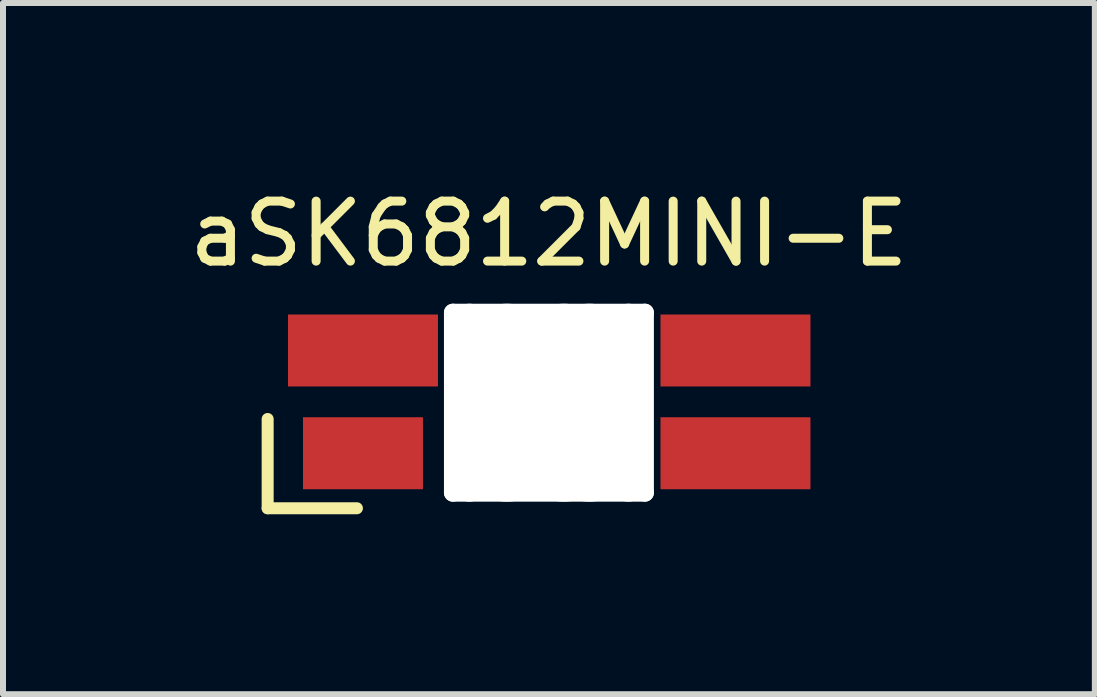
<source format=kicad_pcb>
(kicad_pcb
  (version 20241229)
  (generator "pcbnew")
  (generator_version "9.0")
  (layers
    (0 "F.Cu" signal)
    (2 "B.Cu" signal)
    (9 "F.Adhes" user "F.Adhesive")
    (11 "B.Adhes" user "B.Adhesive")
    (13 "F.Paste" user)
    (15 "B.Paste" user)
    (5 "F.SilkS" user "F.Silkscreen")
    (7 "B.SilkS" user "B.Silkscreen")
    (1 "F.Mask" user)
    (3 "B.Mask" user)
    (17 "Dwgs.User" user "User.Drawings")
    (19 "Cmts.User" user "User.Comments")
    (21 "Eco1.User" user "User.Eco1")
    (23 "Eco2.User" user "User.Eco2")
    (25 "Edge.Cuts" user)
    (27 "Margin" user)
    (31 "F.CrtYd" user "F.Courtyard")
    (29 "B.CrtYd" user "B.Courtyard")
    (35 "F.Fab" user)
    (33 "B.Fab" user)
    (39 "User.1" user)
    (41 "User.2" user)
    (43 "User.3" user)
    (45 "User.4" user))
  (footprint "aSK6812MINI-E"
    (layer "F.Cu")
    (at 6.111 3.663)
    (property "Reference" "aSK6812MINI-E" (at -0.01 -2.815 0) (unlocked yes) (layer "F.SilkS") (effects (font (size 1 1) (thickness 0.15))))
    (attr through_hole)
    (fp_line (start -4.699 0.272) (end -4.699 1.76) (stroke (width 0.2) (type solid)) (layer "F.SilkS"))
    (fp_line (start -4.699 1.76) (end -3.211 1.76) (stroke (width 0.2) (type solid)) (layer "F.SilkS"))
    (fp_rect (start -1.8 -1.8) (end 1.8 1.8) (stroke (width 0.12) (type solid)) (fill no) (layer "Eco1.User"))
    (pad "" np_thru_hole oval (at -1.61 0) (size 0.3 3.3) (drill oval 0.3 3.3) (layers "*.Cu" "*.Mask"))
    (pad "" np_thru_hole oval (at -1.335 0) (size 0.5 3.3) (drill oval 0.5 3.3) (layers "*.Cu" "*.Mask"))
    (pad "" np_thru_hole oval (at -0.71 0) (size 1.5 3.3) (drill oval 1.5 3.3) (layers "*.Cu" "*.Mask"))
    (pad "" np_thru_hole oval (at -0.01 -1.5 90) (size 0.3 3.5) (drill oval 0.3 3.5) (layers "*.Cu" "*.Mask"))
    (pad "" np_thru_hole oval (at -0.01 1.5 90) (size 0.3 3.5) (drill oval 0.3 3.5) (layers "*.Cu" "*.Mask"))
    (pad "" np_thru_hole oval (at 0.24 0) (size 1.5 3.3) (drill oval 1.5 3.3) (layers "*.Cu" "*.Mask"))
    (pad "" np_thru_hole oval (at 0.665 0) (size 1.5 3.3) (drill oval 1.5 3.3) (layers "*.Cu" "*.Mask"))
    (pad "" np_thru_hole oval (at 1.315 0) (size 0.5 3.3) (drill oval 0.5 3.3) (layers "*.Cu" "*.Mask"))
    (pad "" np_thru_hole oval (at 1.59 0) (size 0.3 3.3) (drill oval 0.3 3.3) (layers "*.Cu" "*.Mask"))
    (pad "1" smd rect (at 3.1 -0.87) (size 2.5 1.2) (layers "F.Cu" "F.Mask" "F.Paste"))
    (pad "2" smd rect (at 3.1 0.843) (size 2.5 1.2) (layers "F.Cu" "F.Mask" "F.Paste"))
    (pad "3" smd rect (at -3.11 0.843) (size 2 1.2) (layers "F.Cu" "F.Mask" "F.Paste"))
    (pad "4" smd rect (at -3.11 -0.87) (size 2.5 1.2) (layers "F.Cu" "F.Mask" "F.Paste")))
  (gr_rect
    (start -3 -3)
    (end 15.202 8.523)
    (stroke (width 0.1) (type default))
    (fill no)
    (layer "Edge.Cuts")))
</source>
